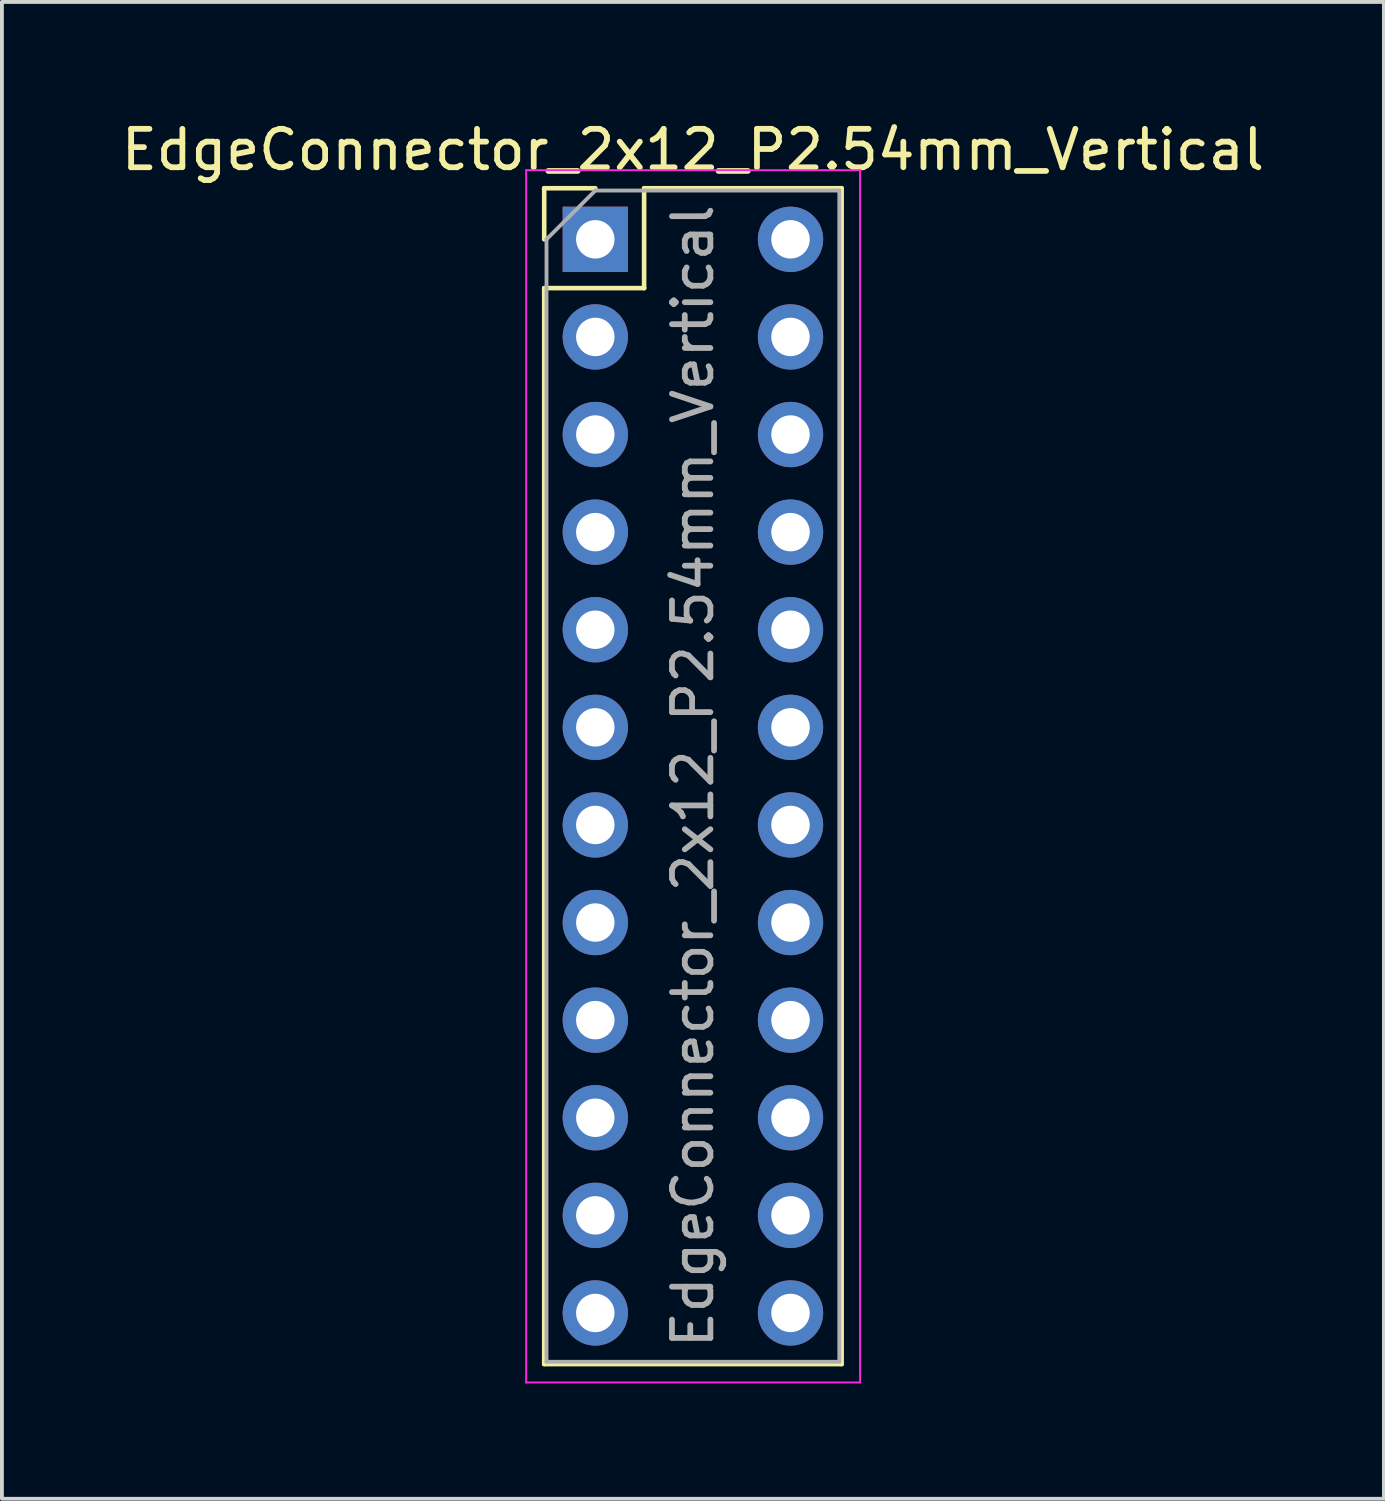
<source format=kicad_pcb>
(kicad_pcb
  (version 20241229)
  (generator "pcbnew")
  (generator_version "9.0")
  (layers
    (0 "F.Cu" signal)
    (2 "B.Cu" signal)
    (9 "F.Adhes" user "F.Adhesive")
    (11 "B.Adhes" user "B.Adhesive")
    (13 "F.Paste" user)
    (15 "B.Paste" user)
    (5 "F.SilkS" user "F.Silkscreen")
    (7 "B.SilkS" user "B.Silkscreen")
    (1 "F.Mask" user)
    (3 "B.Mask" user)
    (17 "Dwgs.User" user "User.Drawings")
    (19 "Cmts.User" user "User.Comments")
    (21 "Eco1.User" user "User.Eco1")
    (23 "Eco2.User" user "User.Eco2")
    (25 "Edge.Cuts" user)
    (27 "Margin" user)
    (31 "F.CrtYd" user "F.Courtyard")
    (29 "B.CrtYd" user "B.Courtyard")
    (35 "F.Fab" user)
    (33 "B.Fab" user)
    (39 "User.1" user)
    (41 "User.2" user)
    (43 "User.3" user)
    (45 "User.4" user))
  (footprint "EdgeConnector_2x12_P2.54mm_Vertical"
    (layer "F.Cu")
    (at 12.442 3.178)
    (property "Reference" "EdgeConnector_2x12_P2.54mm_Vertical" (at 2.54 -2.33 0) (layer "F.SilkS") (effects (font (size 1 1) (thickness 0.15))))
    (attr through_hole)
    (fp_line (start -1.33 -1.33) (end 0 -1.33) (stroke (width 0.12) (type solid)) (layer "F.SilkS"))
    (fp_line (start -1.33 0) (end -1.33 -1.33) (stroke (width 0.12) (type solid)) (layer "F.SilkS"))
    (fp_line (start -1.33 1.27) (end -1.33 29.27) (stroke (width 0.12) (type solid)) (layer "F.SilkS"))
    (fp_line (start -1.33 1.27) (end 1.27 1.27) (stroke (width 0.12) (type solid)) (layer "F.SilkS"))
    (fp_line (start -1.33 29.27) (end 6.41 29.27) (stroke (width 0.12) (type solid)) (layer "F.SilkS"))
    (fp_line (start 1.27 -1.33) (end 6.41 -1.33) (stroke (width 0.12) (type solid)) (layer "F.SilkS"))
    (fp_line (start 1.27 1.27) (end 1.27 -1.33) (stroke (width 0.12) (type solid)) (layer "F.SilkS"))
    (fp_line (start 6.41 -1.33) (end 6.41 29.27) (stroke (width 0.12) (type solid)) (layer "F.SilkS"))
    (fp_line (start -1.8 -1.8) (end -1.8 29.75) (stroke (width 0.05) (type solid)) (layer "F.CrtYd"))
    (fp_line (start -1.8 29.75) (end 6.89 29.75) (stroke (width 0.05) (type solid)) (layer "F.CrtYd"))
    (fp_line (start 6.89 -1.8) (end -1.8 -1.8) (stroke (width 0.05) (type solid)) (layer "F.CrtYd"))
    (fp_line (start 6.89 29.75) (end 6.89 -1.8) (stroke (width 0.05) (type solid)) (layer "F.CrtYd"))
    (fp_line (start -1.27 0) (end 0 -1.27) (stroke (width 0.1) (type solid)) (layer "F.Fab"))
    (fp_line (start -1.27 29.21) (end -1.27 0) (stroke (width 0.1) (type solid)) (layer "F.Fab"))
    (fp_line (start 0 -1.27) (end 6.35 -1.27) (stroke (width 0.1) (type solid)) (layer "F.Fab"))
    (fp_line (start 6.35 -1.27) (end 6.35 29.21) (stroke (width 0.1) (type solid)) (layer "F.Fab"))
    (fp_line (start 6.35 29.21) (end -1.27 29.21) (stroke (width 0.1) (type solid)) (layer "F.Fab"))
    (fp_text user "${REFERENCE}" (at 2.54 13.97 90) (layer "F.Fab") (effects (font (size 1 1) (thickness 0.15))))
    (pad "1" thru_hole rect (at 0 0) (size 1.7 1.7) (drill 1) (layers "*.Cu" "*.Mask"))
    (pad "2" thru_hole oval (at 0 2.54) (size 1.7 1.7) (drill 1) (layers "*.Cu" "*.Mask"))
    (pad "3" thru_hole oval (at 0 5.08) (size 1.7 1.7) (drill 1) (layers "*.Cu" "*.Mask"))
    (pad "4" thru_hole oval (at 0 7.62) (size 1.7 1.7) (drill 1) (layers "*.Cu" "*.Mask"))
    (pad "5" thru_hole oval (at 0 10.16) (size 1.7 1.7) (drill 1) (layers "*.Cu" "*.Mask"))
    (pad "6" thru_hole oval (at 0 12.7) (size 1.7 1.7) (drill 1) (layers "*.Cu" "*.Mask"))
    (pad "7" thru_hole oval (at 0 15.24) (size 1.7 1.7) (drill 1) (layers "*.Cu" "*.Mask"))
    (pad "8" thru_hole oval (at 0 17.78) (size 1.7 1.7) (drill 1) (layers "*.Cu" "*.Mask"))
    (pad "9" thru_hole oval (at 0 20.32) (size 1.7 1.7) (drill 1) (layers "*.Cu" "*.Mask"))
    (pad "10" thru_hole oval (at 0 22.86) (size 1.7 1.7) (drill 1) (layers "*.Cu" "*.Mask"))
    (pad "11" thru_hole oval (at 0 25.4) (size 1.7 1.7) (drill 1) (layers "*.Cu" "*.Mask"))
    (pad "12" thru_hole oval (at 0 27.94) (size 1.7 1.7) (drill 1) (layers "*.Cu" "*.Mask"))
    (pad "13" thru_hole oval (at 5.08 27.94) (size 1.7 1.7) (drill 1) (layers "*.Cu" "*.Mask"))
    (pad "14" thru_hole oval (at 5.08 25.4) (size 1.7 1.7) (drill 1) (layers "*.Cu" "*.Mask"))
    (pad "15" thru_hole oval (at 5.08 22.86) (size 1.7 1.7) (drill 1) (layers "*.Cu" "*.Mask"))
    (pad "16" thru_hole oval (at 5.08 20.32) (size 1.7 1.7) (drill 1) (layers "*.Cu" "*.Mask"))
    (pad "17" thru_hole oval (at 5.08 17.78) (size 1.7 1.7) (drill 1) (layers "*.Cu" "*.Mask"))
    (pad "18" thru_hole oval (at 5.08 15.24) (size 1.7 1.7) (drill 1) (layers "*.Cu" "*.Mask"))
    (pad "19" thru_hole oval (at 5.08 12.7) (size 1.7 1.7) (drill 1) (layers "*.Cu" "*.Mask"))
    (pad "20" thru_hole oval (at 5.08 10.16) (size 1.7 1.7) (drill 1) (layers "*.Cu" "*.Mask"))
    (pad "21" thru_hole oval (at 5.08 7.62) (size 1.7 1.7) (drill 1) (layers "*.Cu" "*.Mask"))
    (pad "22" thru_hole oval (at 5.08 5.08) (size 1.7 1.7) (drill 1) (layers "*.Cu" "*.Mask"))
    (pad "23" thru_hole oval (at 5.08 2.54) (size 1.7 1.7) (drill 1) (layers "*.Cu" "*.Mask"))
    (pad "24" thru_hole oval (at 5.08 0) (size 1.7 1.7) (drill 1) (layers "*.Cu" "*.Mask")))
  (gr_rect
    (start -3 -3)
    (end 32.964 35.953)
    (stroke (width 0.1) (type default))
    (fill no)
    (layer "Edge.Cuts")))
</source>
